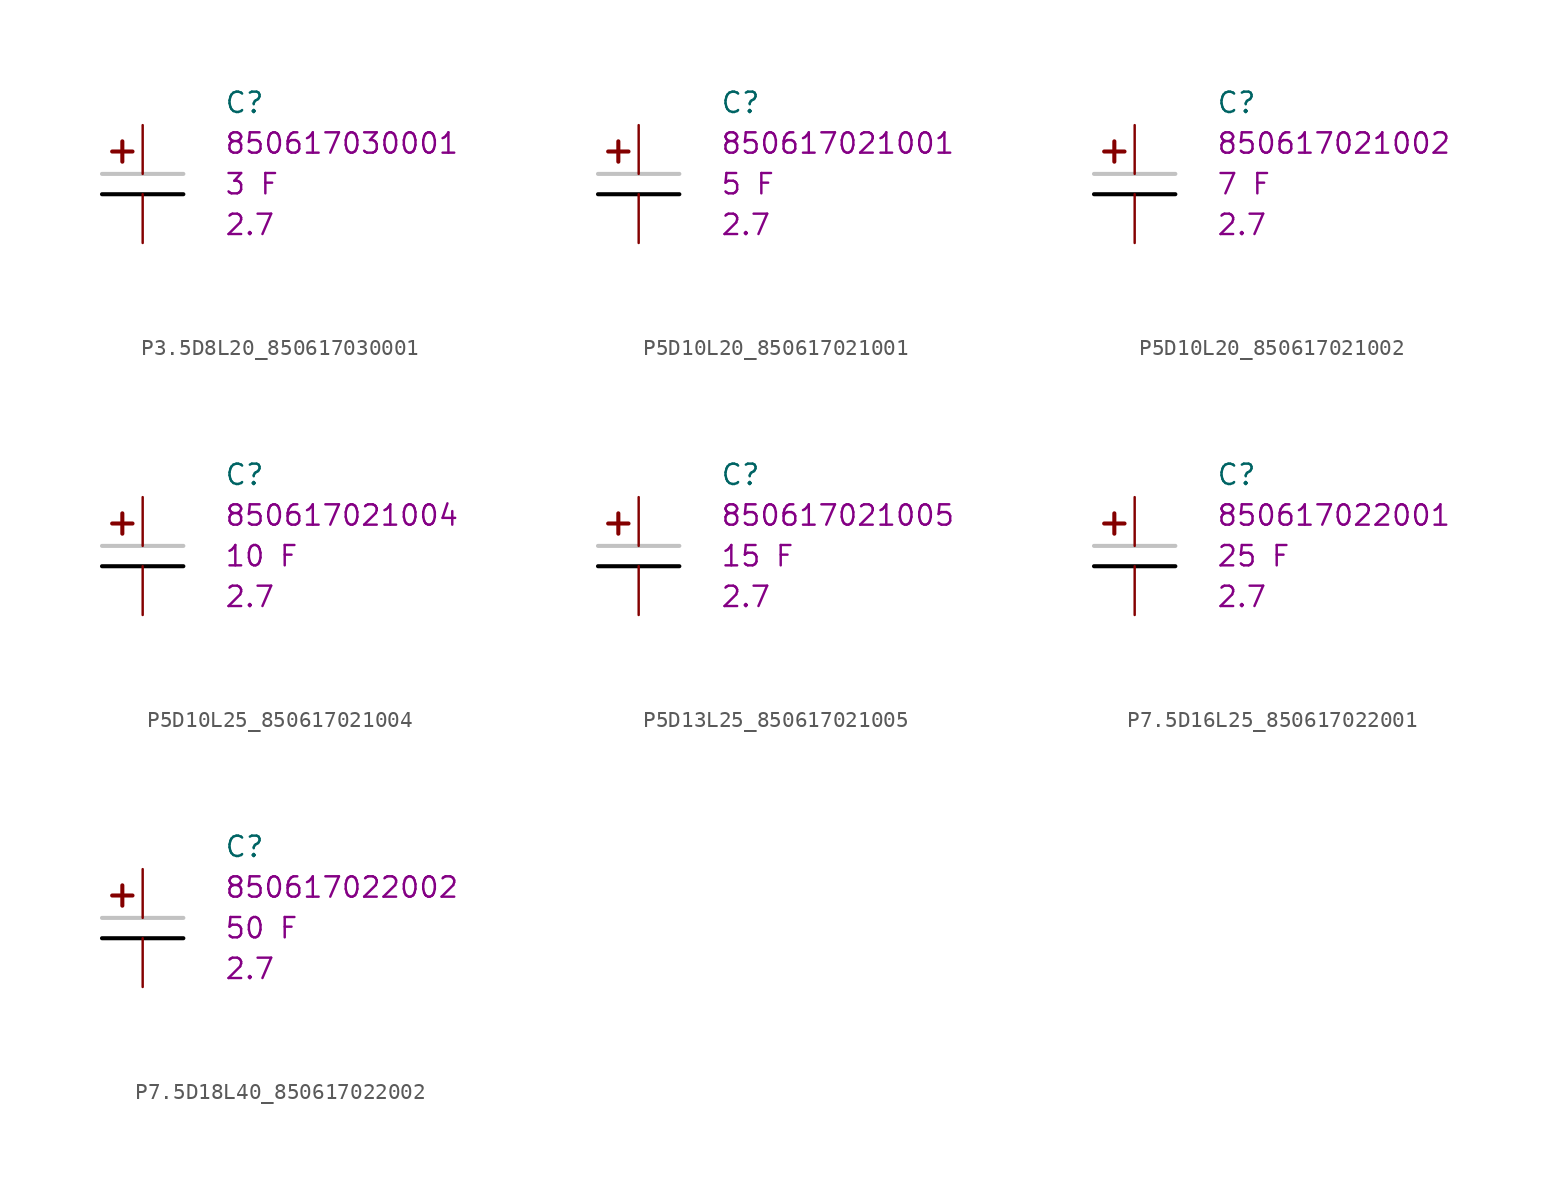
<source format=kicad_sym>
(kicad_symbol_lib
  (version 20220914)
  (generator kicad_symbol_editor)
  (symbol "P3.5D8L20_850617030001"
    (pin_numbers hide)
    (pin_names hide)
    (property "Reference" "C"
      (at 5.08 5.08 0)
      (effects (font (size 1.27 1.27)) (justify left)))
    (property "Part Number" "850617030001"
      (at 5.08 2.54 0)
      (effects (font (size 1.27 1.27)) (justify left)))
    (property "Capacitance" "3 F"
      (at 5.08 0 0)
      (effects (font (size 1.27 1.27)) (justify left)))
    (property "Voltage" "2.7"
      (at 5.08 -2.54 0)
      (effects (font (size 1.27 1.27)) (justify left)))
    (property "Critical Parameter" ""
      (at 0 -7.62 0)
      (effects (font (size 1.27 1.27))))
    (symbol "P3.5D8L20_850617030001_1_1"
      (polyline (pts (xy -1.27 2.667) (xy -1.27 1.397)) (stroke (width 0.254) (type default)) (fill (type none)))
      (polyline (pts (xy -0.635 2.032) (xy -1.905 2.032)) (stroke (width 0.254) (type default)) (fill (type none)))
      (polyline (pts (xy 2.54 -0.635) (xy -2.54 -0.635)) (stroke (width 0.254) (type default) (color 0 0 0 1)) (fill (type none)))
      (polyline (pts (xy 2.54 0.635) (xy -2.54 0.635)) (stroke (width 0.254) (type default) (color 194 194 194 1)) (fill (type none)))
      (pin passive line (at 0 3.679 270) (length 3.044) (name "1" (effects (font (size 1.27 1.27)))) (number "1" (effects (font (size 1.27 1.27)))))
      (pin passive line (at 0 -3.679 90) (length 3.044) (name "2" (effects (font (size 1.27 1.27)))) (number "2" (effects (font (size 1.27 1.27)))))))
  (symbol "P5D10L20_850617021001"
    (pin_numbers hide)
    (pin_names hide)
    (property "Reference" "C"
      (at 5.08 5.08 0)
      (effects (font (size 1.27 1.27)) (justify left)))
    (property "Part Number" "850617021001"
      (at 5.08 2.54 0)
      (effects (font (size 1.27 1.27)) (justify left)))
    (property "Capacitance" "5 F"
      (at 5.08 0 0)
      (effects (font (size 1.27 1.27)) (justify left)))
    (property "Voltage" "2.7"
      (at 5.08 -2.54 0)
      (effects (font (size 1.27 1.27)) (justify left)))
    (property "Critical Parameter" ""
      (at 0 -7.62 0)
      (effects (font (size 1.27 1.27))))
    (symbol "P5D10L20_850617021001_1_1"
      (polyline (pts (xy -1.27 2.667) (xy -1.27 1.397)) (stroke (width 0.254) (type default)) (fill (type none)))
      (polyline (pts (xy -0.635 2.032) (xy -1.905 2.032)) (stroke (width 0.254) (type default)) (fill (type none)))
      (polyline (pts (xy 2.54 -0.635) (xy -2.54 -0.635)) (stroke (width 0.254) (type default) (color 0 0 0 1)) (fill (type none)))
      (polyline (pts (xy 2.54 0.635) (xy -2.54 0.635)) (stroke (width 0.254) (type default) (color 194 194 194 1)) (fill (type none)))
      (pin passive line (at 0 3.679 270) (length 3.044) (name "1" (effects (font (size 1.27 1.27)))) (number "1" (effects (font (size 1.27 1.27)))))
      (pin passive line (at 0 -3.679 90) (length 3.044) (name "2" (effects (font (size 1.27 1.27)))) (number "2" (effects (font (size 1.27 1.27)))))))
  (symbol "P5D10L20_850617021002"
    (pin_numbers hide)
    (pin_names hide)
    (property "Reference" "C"
      (at 5.08 5.08 0)
      (effects (font (size 1.27 1.27)) (justify left)))
    (property "Part Number" "850617021002"
      (at 5.08 2.54 0)
      (effects (font (size 1.27 1.27)) (justify left)))
    (property "Capacitance" "7 F"
      (at 5.08 0 0)
      (effects (font (size 1.27 1.27)) (justify left)))
    (property "Voltage" "2.7"
      (at 5.08 -2.54 0)
      (effects (font (size 1.27 1.27)) (justify left)))
    (property "Critical Parameter" ""
      (at 0 -7.62 0)
      (effects (font (size 1.27 1.27))))
    (symbol "P5D10L20_850617021002_1_1"
      (polyline (pts (xy -1.27 2.667) (xy -1.27 1.397)) (stroke (width 0.254) (type default)) (fill (type none)))
      (polyline (pts (xy -0.635 2.032) (xy -1.905 2.032)) (stroke (width 0.254) (type default)) (fill (type none)))
      (polyline (pts (xy 2.54 -0.635) (xy -2.54 -0.635)) (stroke (width 0.254) (type default) (color 0 0 0 1)) (fill (type none)))
      (polyline (pts (xy 2.54 0.635) (xy -2.54 0.635)) (stroke (width 0.254) (type default) (color 194 194 194 1)) (fill (type none)))
      (pin passive line (at 0 3.679 270) (length 3.044) (name "1" (effects (font (size 1.27 1.27)))) (number "1" (effects (font (size 1.27 1.27)))))
      (pin passive line (at 0 -3.679 90) (length 3.044) (name "2" (effects (font (size 1.27 1.27)))) (number "2" (effects (font (size 1.27 1.27)))))))
  (symbol "P5D10L25_850617021004"
    (pin_numbers hide)
    (pin_names hide)
    (property "Reference" "C"
      (at 5.08 5.08 0)
      (effects (font (size 1.27 1.27)) (justify left)))
    (property "Part Number" "850617021004"
      (at 5.08 2.54 0)
      (effects (font (size 1.27 1.27)) (justify left)))
    (property "Capacitance" "10 F"
      (at 5.08 0 0)
      (effects (font (size 1.27 1.27)) (justify left)))
    (property "Voltage" "2.7"
      (at 5.08 -2.54 0)
      (effects (font (size 1.27 1.27)) (justify left)))
    (property "Critical Parameter" ""
      (at 0 -7.62 0)
      (effects (font (size 1.27 1.27))))
    (symbol "P5D10L25_850617021004_1_1"
      (polyline (pts (xy -1.27 2.667) (xy -1.27 1.397)) (stroke (width 0.254) (type default)) (fill (type none)))
      (polyline (pts (xy -0.635 2.032) (xy -1.905 2.032)) (stroke (width 0.254) (type default)) (fill (type none)))
      (polyline (pts (xy 2.54 -0.635) (xy -2.54 -0.635)) (stroke (width 0.254) (type default) (color 0 0 0 1)) (fill (type none)))
      (polyline (pts (xy 2.54 0.635) (xy -2.54 0.635)) (stroke (width 0.254) (type default) (color 194 194 194 1)) (fill (type none)))
      (pin passive line (at 0 3.679 270) (length 3.044) (name "1" (effects (font (size 1.27 1.27)))) (number "1" (effects (font (size 1.27 1.27)))))
      (pin passive line (at 0 -3.679 90) (length 3.044) (name "2" (effects (font (size 1.27 1.27)))) (number "2" (effects (font (size 1.27 1.27)))))))
  (symbol "P5D13L25_850617021005"
    (pin_numbers hide)
    (pin_names hide)
    (property "Reference" "C"
      (at 5.08 5.08 0)
      (effects (font (size 1.27 1.27)) (justify left)))
    (property "Part Number" "850617021005"
      (at 5.08 2.54 0)
      (effects (font (size 1.27 1.27)) (justify left)))
    (property "Capacitance" "15 F"
      (at 5.08 0 0)
      (effects (font (size 1.27 1.27)) (justify left)))
    (property "Voltage" "2.7"
      (at 5.08 -2.54 0)
      (effects (font (size 1.27 1.27)) (justify left)))
    (property "Critical Parameter" ""
      (at 0 -7.62 0)
      (effects (font (size 1.27 1.27))))
    (symbol "P5D13L25_850617021005_1_1"
      (polyline (pts (xy -1.27 2.667) (xy -1.27 1.397)) (stroke (width 0.254) (type default)) (fill (type none)))
      (polyline (pts (xy -0.635 2.032) (xy -1.905 2.032)) (stroke (width 0.254) (type default)) (fill (type none)))
      (polyline (pts (xy 2.54 -0.635) (xy -2.54 -0.635)) (stroke (width 0.254) (type default) (color 0 0 0 1)) (fill (type none)))
      (polyline (pts (xy 2.54 0.635) (xy -2.54 0.635)) (stroke (width 0.254) (type default) (color 194 194 194 1)) (fill (type none)))
      (pin passive line (at 0 3.679 270) (length 3.044) (name "1" (effects (font (size 1.27 1.27)))) (number "1" (effects (font (size 1.27 1.27)))))
      (pin passive line (at 0 -3.679 90) (length 3.044) (name "2" (effects (font (size 1.27 1.27)))) (number "2" (effects (font (size 1.27 1.27)))))))
  (symbol "P7.5D16L25_850617022001"
    (pin_numbers hide)
    (pin_names hide)
    (property "Reference" "C"
      (at 5.08 5.08 0)
      (effects (font (size 1.27 1.27)) (justify left)))
    (property "Part Number" "850617022001"
      (at 5.08 2.54 0)
      (effects (font (size 1.27 1.27)) (justify left)))
    (property "Capacitance" "25 F"
      (at 5.08 0 0)
      (effects (font (size 1.27 1.27)) (justify left)))
    (property "Voltage" "2.7"
      (at 5.08 -2.54 0)
      (effects (font (size 1.27 1.27)) (justify left)))
    (property "Critical Parameter" ""
      (at 0 -7.62 0)
      (effects (font (size 1.27 1.27))))
    (symbol "P7.5D16L25_850617022001_1_1"
      (polyline (pts (xy -1.27 2.667) (xy -1.27 1.397)) (stroke (width 0.254) (type default)) (fill (type none)))
      (polyline (pts (xy -0.635 2.032) (xy -1.905 2.032)) (stroke (width 0.254) (type default)) (fill (type none)))
      (polyline (pts (xy 2.54 -0.635) (xy -2.54 -0.635)) (stroke (width 0.254) (type default) (color 0 0 0 1)) (fill (type none)))
      (polyline (pts (xy 2.54 0.635) (xy -2.54 0.635)) (stroke (width 0.254) (type default) (color 194 194 194 1)) (fill (type none)))
      (pin passive line (at 0 3.679 270) (length 3.044) (name "1" (effects (font (size 1.27 1.27)))) (number "1" (effects (font (size 1.27 1.27)))))
      (pin passive line (at 0 -3.679 90) (length 3.044) (name "2" (effects (font (size 1.27 1.27)))) (number "2" (effects (font (size 1.27 1.27)))))))
  (symbol "P7.5D18L40_850617022002"
    (pin_numbers hide)
    (pin_names hide)
    (property "Reference" "C"
      (at 5.08 5.08 0)
      (effects (font (size 1.27 1.27)) (justify left)))
    (property "Part Number" "850617022002"
      (at 5.08 2.54 0)
      (effects (font (size 1.27 1.27)) (justify left)))
    (property "Capacitance" "50 F"
      (at 5.08 0 0)
      (effects (font (size 1.27 1.27)) (justify left)))
    (property "Voltage" "2.7"
      (at 5.08 -2.54 0)
      (effects (font (size 1.27 1.27)) (justify left)))
    (property "Critical Parameter" ""
      (at 0 -7.62 0)
      (effects (font (size 1.27 1.27))))
    (symbol "P7.5D18L40_850617022002_1_1"
      (polyline (pts (xy -1.27 2.667) (xy -1.27 1.397)) (stroke (width 0.254) (type default)) (fill (type none)))
      (polyline (pts (xy -0.635 2.032) (xy -1.905 2.032)) (stroke (width 0.254) (type default)) (fill (type none)))
      (polyline (pts (xy 2.54 -0.635) (xy -2.54 -0.635)) (stroke (width 0.254) (type default) (color 0 0 0 1)) (fill (type none)))
      (polyline (pts (xy 2.54 0.635) (xy -2.54 0.635)) (stroke (width 0.254) (type default) (color 194 194 194 1)) (fill (type none)))
      (pin passive line (at 0 3.679 270) (length 3.044) (name "1" (effects (font (size 1.27 1.27)))) (number "1" (effects (font (size 1.27 1.27)))))
      (pin passive line (at 0 -3.679 90) (length 3.044) (name "2" (effects (font (size 1.27 1.27)))) (number "2" (effects (font (size 1.27 1.27))))))))
</source>
